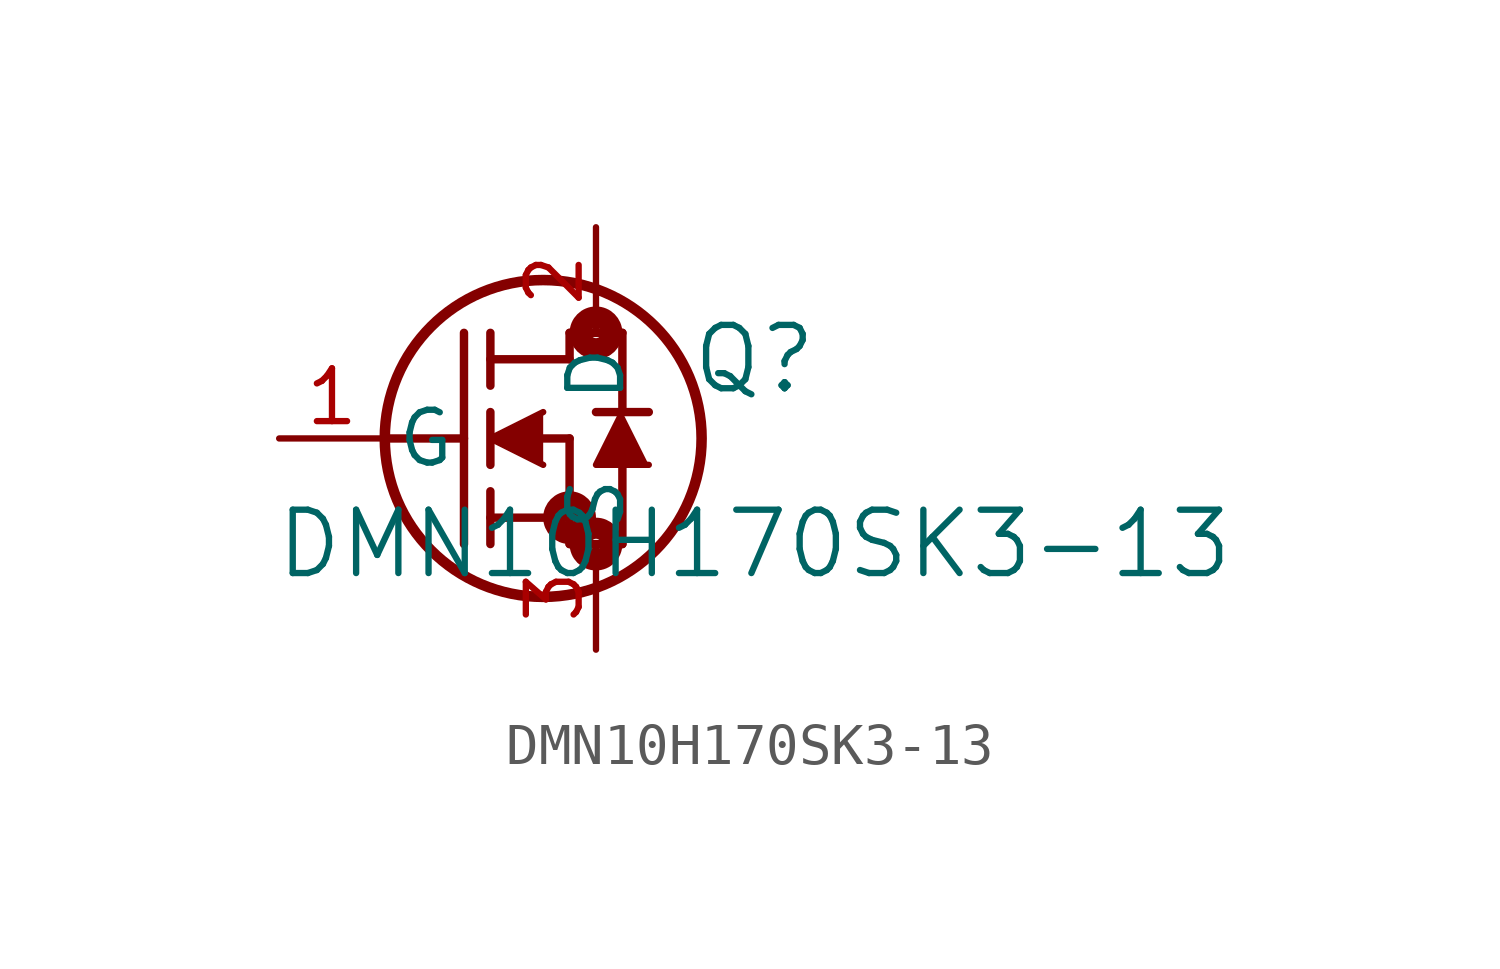
<source format=kicad_sym>
(kicad_symbol_lib
  (version 20211014)
  (generator kicad_symbol_editor)
  (symbol "DMN10H170SK3-13"
    (pin_names
      (offset 0.254))
    (property "Reference" "Q"
      (at 11.43 1.905 0)
      (effects (font (size 1.524 1.524))))
    (property "Value" "DMN10H170SK3-13"
      (at 11.43 -2.54 0)
      (effects (font (size 1.524 1.524))))
    (symbol "DMN10H170SK3-13_0_1"
      (circle (center 7.62 2.54) (radius 0.127) (stroke (width 0.508) (type default) (color 0 0 0 0)) (fill (type none)))
      (circle (center 7.62 -2.54) (radius 0.127) (stroke (width 0.508) (type default) (color 0 0 0 0)) (fill (type none)))
      (circle (center 6.985 -1.905) (radius 0.127) (stroke (width 0.508) (type default) (color 0 0 0 0)) (fill (type none)))
      (circle (center 6.35 0) (radius 3.81) (stroke (width 0.254) (type default) (color 0 0 0 0)) (fill (type none)))
      (polyline (pts (xy 2.54 0) (xy 4.445 0)) (stroke (width 0.203) (type default) (color 0 0 0 0)) (fill (type none)))
      (polyline (pts (xy 4.445 -2.54) (xy 4.445 2.54)) (stroke (width 0.203) (type default) (color 0 0 0 0)) (fill (type none)))
      (polyline (pts (xy 5.08 -0.635) (xy 5.08 0.635)) (stroke (width 0.203) (type default) (color 0 0 0 0)) (fill (type none)))
      (polyline (pts (xy 5.08 -2.54) (xy 5.08 -1.27)) (stroke (width 0.203) (type default) (color 0 0 0 0)) (fill (type none)))
      (polyline (pts (xy 5.08 1.27) (xy 5.08 2.54)) (stroke (width 0.203) (type default) (color 0 0 0 0)) (fill (type none)))
      (polyline (pts (xy 6.35 0) (xy 6.985 0)) (stroke (width 0.203) (type default) (color 0 0 0 0)) (fill (type none)))
      (polyline (pts (xy 5.08 -1.905) (xy 6.985 -1.905)) (stroke (width 0.203) (type default) (color 0 0 0 0)) (fill (type none)))
      (polyline (pts (xy 6.985 -2.54) (xy 6.985 0)) (stroke (width 0.203) (type default) (color 0 0 0 0)) (fill (type none)))
      (polyline (pts (xy 6.985 -2.54) (xy 8.255 -2.54)) (stroke (width 0.203) (type default) (color 0 0 0 0)) (fill (type none)))
      (polyline (pts (xy 5.08 1.905) (xy 6.985 1.905)) (stroke (width 0.203) (type default) (color 0 0 0 0)) (fill (type none)))
      (polyline (pts (xy 8.255 0.635) (xy 8.255 2.54)) (stroke (width 0.203) (type default) (color 0 0 0 0)) (fill (type none)))
      (polyline (pts (xy 6.35 0.635) (xy 5.08 0) (xy 6.35 -0.635)) (stroke (width 0) (type default) (color 0 0 0 0)) (fill (type outline)))
      (polyline (pts (xy 8.89 -0.635) (xy 7.62 -0.635) (xy 8.255 0.635)) (stroke (width 0) (type default) (color 0 0 0 0)) (fill (type outline)))
      (polyline (pts (xy 8.255 -2.54) (xy 8.255 -0.635)) (stroke (width 0.203) (type default) (color 0 0 0 0)) (fill (type none)))
      (polyline (pts (xy 8.89 0.635) (xy 7.62 0.635)) (stroke (width 0.203) (type default) (color 0 0 0 0)) (fill (type none)))
      (polyline (pts (xy 6.985 2.54) (xy 8.255 2.54)) (stroke (width 0.203) (type default) (color 0 0 0 0)) (fill (type none)))
      (polyline (pts (xy 6.985 1.905) (xy 6.985 2.54)) (stroke (width 0.203) (type default) (color 0 0 0 0)) (fill (type none)))
      (pin unspecified line (at 0 0 0) (length 2.54) (name "G" (effects (font (size 1.27 1.27)))) (number "1" (effects (font (size 1.27 1.27)))))
      (pin unspecified line (at 7.62 5.08 270) (length 2.54) (name "D" (effects (font (size 1.27 1.27)))) (number "2" (effects (font (size 1.27 1.27)))))
      (pin unspecified line (at 7.62 -5.08 90) (length 2.54) (name "S" (effects (font (size 1.27 1.27)))) (number "3" (effects (font (size 1.27 1.27))))))))
</source>
